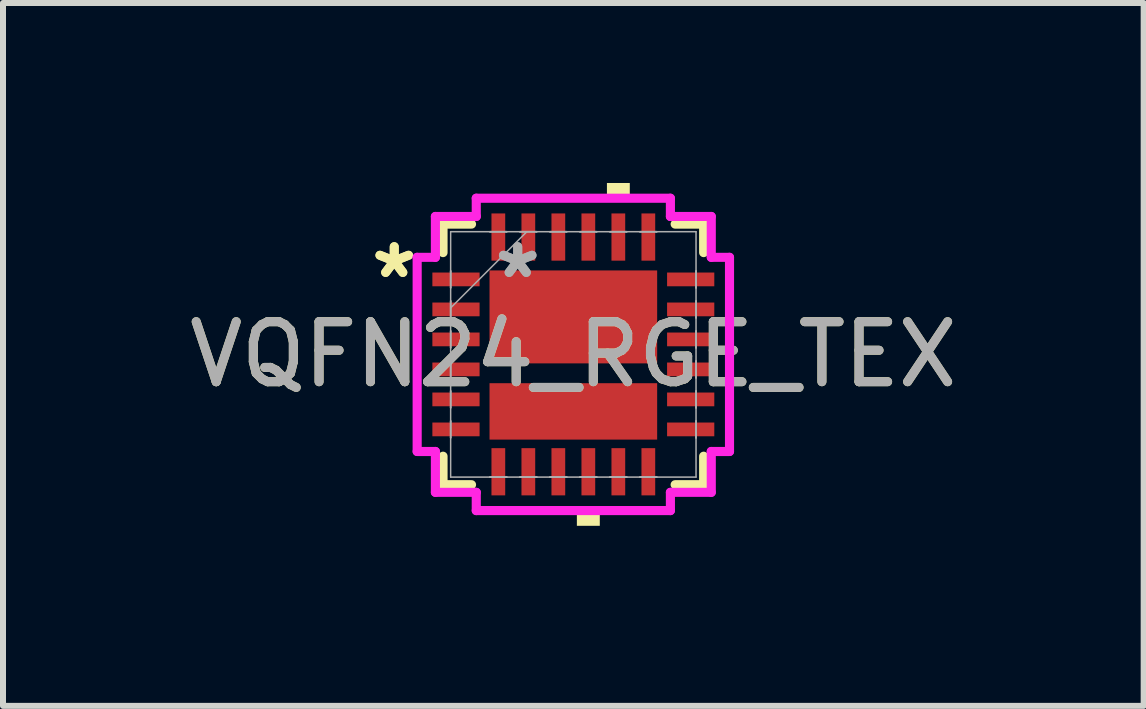
<source format=kicad_pcb>
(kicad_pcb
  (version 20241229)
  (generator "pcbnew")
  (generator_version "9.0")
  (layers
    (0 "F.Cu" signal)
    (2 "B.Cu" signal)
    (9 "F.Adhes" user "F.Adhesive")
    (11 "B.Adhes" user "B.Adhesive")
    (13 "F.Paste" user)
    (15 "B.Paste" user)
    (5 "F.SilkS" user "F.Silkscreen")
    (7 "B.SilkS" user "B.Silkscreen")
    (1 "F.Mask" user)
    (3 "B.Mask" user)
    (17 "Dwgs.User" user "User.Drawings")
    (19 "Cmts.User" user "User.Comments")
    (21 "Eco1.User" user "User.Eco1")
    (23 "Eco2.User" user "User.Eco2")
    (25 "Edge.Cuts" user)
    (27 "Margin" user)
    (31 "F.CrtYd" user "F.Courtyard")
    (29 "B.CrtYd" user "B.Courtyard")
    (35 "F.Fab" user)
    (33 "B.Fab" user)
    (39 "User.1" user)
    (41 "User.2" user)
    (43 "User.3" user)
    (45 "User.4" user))
  (footprint "VQFN24_RGE_TEX"
    (layer "F.Cu")
    (at 6.506 2.857)
    (property "Reference" "VQFN24_RGE_TEX" (at 0 0 0) (unlocked yes) (layer "F.SilkS") (effects (font (size 1 1) (thickness 0.15))))
    (attr smd)
    (fp_line (start -2.172 -2.172) (end -2.172 -1.697) (stroke (width 0.152) (type solid)) (layer "F.SilkS"))
    (fp_line (start -2.172 1.697) (end -2.172 2.172) (stroke (width 0.152) (type solid)) (layer "F.SilkS"))
    (fp_line (start -2.172 2.172) (end -1.697 2.172) (stroke (width 0.152) (type solid)) (layer "F.SilkS"))
    (fp_line (start -1.697 -2.172) (end -2.172 -2.172) (stroke (width 0.152) (type solid)) (layer "F.SilkS"))
    (fp_line (start 1.697 2.172) (end 2.172 2.172) (stroke (width 0.152) (type solid)) (layer "F.SilkS"))
    (fp_line (start 2.172 -2.172) (end 1.697 -2.172) (stroke (width 0.152) (type solid)) (layer "F.SilkS"))
    (fp_line (start 2.172 -1.697) (end 2.172 -2.172) (stroke (width 0.152) (type solid)) (layer "F.SilkS"))
    (fp_line (start 2.172 2.172) (end 2.172 1.697) (stroke (width 0.152) (type solid)) (layer "F.SilkS"))
    (fp_poly (pts (xy 0.059 2.603) (xy 0.059 2.857) (xy 0.441 2.857) (xy 0.441 2.603)) (stroke (width 0) (type solid)) (fill yes) (layer "F.SilkS"))
    (fp_poly (pts (xy 0.56 -2.603) (xy 0.56 -2.857) (xy 0.941 -2.857) (xy 0.941 -2.603)) (stroke (width 0) (type solid)) (fill yes) (layer "F.SilkS"))
    (fp_line (start -2.603 -1.618) (end -2.299 -1.618) (stroke (width 0.152) (type solid)) (layer "F.CrtYd"))
    (fp_line (start -2.603 1.618) (end -2.603 -1.618) (stroke (width 0.152) (type solid)) (layer "F.CrtYd"))
    (fp_line (start -2.299 -2.299) (end -1.618 -2.299) (stroke (width 0.152) (type solid)) (layer "F.CrtYd"))
    (fp_line (start -2.299 -1.618) (end -2.299 -2.299) (stroke (width 0.152) (type solid)) (layer "F.CrtYd"))
    (fp_line (start -2.299 1.618) (end -2.603 1.618) (stroke (width 0.152) (type solid)) (layer "F.CrtYd"))
    (fp_line (start -2.299 2.299) (end -2.299 1.618) (stroke (width 0.152) (type solid)) (layer "F.CrtYd"))
    (fp_line (start -1.618 -2.603) (end 1.618 -2.603) (stroke (width 0.152) (type solid)) (layer "F.CrtYd"))
    (fp_line (start -1.618 -2.299) (end -1.618 -2.603) (stroke (width 0.152) (type solid)) (layer "F.CrtYd"))
    (fp_line (start -1.618 2.299) (end -2.299 2.299) (stroke (width 0.152) (type solid)) (layer "F.CrtYd"))
    (fp_line (start -1.618 2.603) (end -1.618 2.299) (stroke (width 0.152) (type solid)) (layer "F.CrtYd"))
    (fp_line (start 1.618 -2.603) (end 1.618 -2.299) (stroke (width 0.152) (type solid)) (layer "F.CrtYd"))
    (fp_line (start 1.618 -2.299) (end 2.299 -2.299) (stroke (width 0.152) (type solid)) (layer "F.CrtYd"))
    (fp_line (start 1.618 2.299) (end 1.618 2.603) (stroke (width 0.152) (type solid)) (layer "F.CrtYd"))
    (fp_line (start 1.618 2.603) (end -1.618 2.603) (stroke (width 0.152) (type solid)) (layer "F.CrtYd"))
    (fp_line (start 2.299 -2.299) (end 2.299 -1.618) (stroke (width 0.152) (type solid)) (layer "F.CrtYd"))
    (fp_line (start 2.299 -1.618) (end 2.603 -1.618) (stroke (width 0.152) (type solid)) (layer "F.CrtYd"))
    (fp_line (start 2.299 1.618) (end 2.299 2.299) (stroke (width 0.152) (type solid)) (layer "F.CrtYd"))
    (fp_line (start 2.299 2.299) (end 1.618 2.299) (stroke (width 0.152) (type solid)) (layer "F.CrtYd"))
    (fp_line (start 2.603 -1.618) (end 2.603 1.618) (stroke (width 0.152) (type solid)) (layer "F.CrtYd"))
    (fp_line (start 2.603 1.618) (end 2.299 1.618) (stroke (width 0.152) (type solid)) (layer "F.CrtYd"))
    (fp_line (start -2.045 -2.045) (end -2.045 2.045) (stroke (width 0.025) (type solid)) (layer "F.Fab"))
    (fp_line (start -2.045 -1.39) (end -2.045 -1.39) (stroke (width 0.025) (type solid)) (layer "F.Fab"))
    (fp_line (start -2.045 -1.39) (end -2.045 -1.11) (stroke (width 0.025) (type solid)) (layer "F.Fab"))
    (fp_line (start -2.045 -1.11) (end -2.045 -1.39) (stroke (width 0.025) (type solid)) (layer "F.Fab"))
    (fp_line (start -2.045 -1.11) (end -2.045 -1.11) (stroke (width 0.025) (type solid)) (layer "F.Fab"))
    (fp_line (start -2.045 -0.89) (end -2.045 -0.89) (stroke (width 0.025) (type solid)) (layer "F.Fab"))
    (fp_line (start -2.045 -0.89) (end -2.045 -0.61) (stroke (width 0.025) (type solid)) (layer "F.Fab"))
    (fp_line (start -2.045 -0.775) (end -0.775 -2.045) (stroke (width 0.025) (type solid)) (layer "F.Fab"))
    (fp_line (start -2.045 -0.61) (end -2.045 -0.89) (stroke (width 0.025) (type solid)) (layer "F.Fab"))
    (fp_line (start -2.045 -0.61) (end -2.045 -0.61) (stroke (width 0.025) (type solid)) (layer "F.Fab"))
    (fp_line (start -2.045 -0.39) (end -2.045 -0.39) (stroke (width 0.025) (type solid)) (layer "F.Fab"))
    (fp_line (start -2.045 -0.39) (end -2.045 -0.11) (stroke (width 0.025) (type solid)) (layer "F.Fab"))
    (fp_line (start -2.045 -0.11) (end -2.045 -0.39) (stroke (width 0.025) (type solid)) (layer "F.Fab"))
    (fp_line (start -2.045 -0.11) (end -2.045 -0.11) (stroke (width 0.025) (type solid)) (layer "F.Fab"))
    (fp_line (start -2.045 0.11) (end -2.045 0.11) (stroke (width 0.025) (type solid)) (layer "F.Fab"))
    (fp_line (start -2.045 0.11) (end -2.045 0.39) (stroke (width 0.025) (type solid)) (layer "F.Fab"))
    (fp_line (start -2.045 0.39) (end -2.045 0.11) (stroke (width 0.025) (type solid)) (layer "F.Fab"))
    (fp_line (start -2.045 0.39) (end -2.045 0.39) (stroke (width 0.025) (type solid)) (layer "F.Fab"))
    (fp_line (start -2.045 0.61) (end -2.045 0.61) (stroke (width 0.025) (type solid)) (layer "F.Fab"))
    (fp_line (start -2.045 0.61) (end -2.045 0.89) (stroke (width 0.025) (type solid)) (layer "F.Fab"))
    (fp_line (start -2.045 0.89) (end -2.045 0.61) (stroke (width 0.025) (type solid)) (layer "F.Fab"))
    (fp_line (start -2.045 0.89) (end -2.045 0.89) (stroke (width 0.025) (type solid)) (layer "F.Fab"))
    (fp_line (start -2.045 1.11) (end -2.045 1.11) (stroke (width 0.025) (type solid)) (layer "F.Fab"))
    (fp_line (start -2.045 1.11) (end -2.045 1.39) (stroke (width 0.025) (type solid)) (layer "F.Fab"))
    (fp_line (start -2.045 1.39) (end -2.045 1.11) (stroke (width 0.025) (type solid)) (layer "F.Fab"))
    (fp_line (start -2.045 1.39) (end -2.045 1.39) (stroke (width 0.025) (type solid)) (layer "F.Fab"))
    (fp_line (start -2.045 2.045) (end 2.045 2.045) (stroke (width 0.025) (type solid)) (layer "F.Fab"))
    (fp_line (start -1.39 -2.045) (end -1.39 -2.045) (stroke (width 0.025) (type solid)) (layer "F.Fab"))
    (fp_line (start -1.39 -2.045) (end -1.11 -2.045) (stroke (width 0.025) (type solid)) (layer "F.Fab"))
    (fp_line (start -1.39 2.045) (end -1.39 2.045) (stroke (width 0.025) (type solid)) (layer "F.Fab"))
    (fp_line (start -1.39 2.045) (end -1.11 2.045) (stroke (width 0.025) (type solid)) (layer "F.Fab"))
    (fp_line (start -1.11 -2.045) (end -1.39 -2.045) (stroke (width 0.025) (type solid)) (layer "F.Fab"))
    (fp_line (start -1.11 -2.045) (end -1.11 -2.045) (stroke (width 0.025) (type solid)) (layer "F.Fab"))
    (fp_line (start -1.11 2.045) (end -1.39 2.045) (stroke (width 0.025) (type solid)) (layer "F.Fab"))
    (fp_line (start -1.11 2.045) (end -1.11 2.045) (stroke (width 0.025) (type solid)) (layer "F.Fab"))
    (fp_line (start -0.89 -2.045) (end -0.89 -2.045) (stroke (width 0.025) (type solid)) (layer "F.Fab"))
    (fp_line (start -0.89 -2.045) (end -0.61 -2.045) (stroke (width 0.025) (type solid)) (layer "F.Fab"))
    (fp_line (start -0.89 2.045) (end -0.89 2.045) (stroke (width 0.025) (type solid)) (layer "F.Fab"))
    (fp_line (start -0.89 2.045) (end -0.61 2.045) (stroke (width 0.025) (type solid)) (layer "F.Fab"))
    (fp_line (start -0.61 -2.045) (end -0.89 -2.045) (stroke (width 0.025) (type solid)) (layer "F.Fab"))
    (fp_line (start -0.61 -2.045) (end -0.61 -2.045) (stroke (width 0.025) (type solid)) (layer "F.Fab"))
    (fp_line (start -0.61 2.045) (end -0.89 2.045) (stroke (width 0.025) (type solid)) (layer "F.Fab"))
    (fp_line (start -0.61 2.045) (end -0.61 2.045) (stroke (width 0.025) (type solid)) (layer "F.Fab"))
    (fp_line (start -0.39 -2.045) (end -0.39 -2.045) (stroke (width 0.025) (type solid)) (layer "F.Fab"))
    (fp_line (start -0.39 -2.045) (end -0.11 -2.045) (stroke (width 0.025) (type solid)) (layer "F.Fab"))
    (fp_line (start -0.39 2.045) (end -0.39 2.045) (stroke (width 0.025) (type solid)) (layer "F.Fab"))
    (fp_line (start -0.39 2.045) (end -0.11 2.045) (stroke (width 0.025) (type solid)) (layer "F.Fab"))
    (fp_line (start -0.11 -2.045) (end -0.39 -2.045) (stroke (width 0.025) (type solid)) (layer "F.Fab"))
    (fp_line (start -0.11 -2.045) (end -0.11 -2.045) (stroke (width 0.025) (type solid)) (layer "F.Fab"))
    (fp_line (start -0.11 2.045) (end -0.39 2.045) (stroke (width 0.025) (type solid)) (layer "F.Fab"))
    (fp_line (start -0.11 2.045) (end -0.11 2.045) (stroke (width 0.025) (type solid)) (layer "F.Fab"))
    (fp_line (start 0.11 -2.045) (end 0.11 -2.045) (stroke (width 0.025) (type solid)) (layer "F.Fab"))
    (fp_line (start 0.11 -2.045) (end 0.39 -2.045) (stroke (width 0.025) (type solid)) (layer "F.Fab"))
    (fp_line (start 0.11 2.045) (end 0.11 2.045) (stroke (width 0.025) (type solid)) (layer "F.Fab"))
    (fp_line (start 0.11 2.045) (end 0.39 2.045) (stroke (width 0.025) (type solid)) (layer "F.Fab"))
    (fp_line (start 0.39 -2.045) (end 0.11 -2.045) (stroke (width 0.025) (type solid)) (layer "F.Fab"))
    (fp_line (start 0.39 -2.045) (end 0.39 -2.045) (stroke (width 0.025) (type solid)) (layer "F.Fab"))
    (fp_line (start 0.39 2.045) (end 0.11 2.045) (stroke (width 0.025) (type solid)) (layer "F.Fab"))
    (fp_line (start 0.39 2.045) (end 0.39 2.045) (stroke (width 0.025) (type solid)) (layer "F.Fab"))
    (fp_line (start 0.61 -2.045) (end 0.61 -2.045) (stroke (width 0.025) (type solid)) (layer "F.Fab"))
    (fp_line (start 0.61 -2.045) (end 0.89 -2.045) (stroke (width 0.025) (type solid)) (layer "F.Fab"))
    (fp_line (start 0.61 2.045) (end 0.61 2.045) (stroke (width 0.025) (type solid)) (layer "F.Fab"))
    (fp_line (start 0.61 2.045) (end 0.89 2.045) (stroke (width 0.025) (type solid)) (layer "F.Fab"))
    (fp_line (start 0.89 -2.045) (end 0.61 -2.045) (stroke (width 0.025) (type solid)) (layer "F.Fab"))
    (fp_line (start 0.89 -2.045) (end 0.89 -2.045) (stroke (width 0.025) (type solid)) (layer "F.Fab"))
    (fp_line (start 0.89 2.045) (end 0.61 2.045) (stroke (width 0.025) (type solid)) (layer "F.Fab"))
    (fp_line (start 0.89 2.045) (end 0.89 2.045) (stroke (width 0.025) (type solid)) (layer "F.Fab"))
    (fp_line (start 1.11 -2.045) (end 1.11 -2.045) (stroke (width 0.025) (type solid)) (layer "F.Fab"))
    (fp_line (start 1.11 -2.045) (end 1.39 -2.045) (stroke (width 0.025) (type solid)) (layer "F.Fab"))
    (fp_line (start 1.11 2.045) (end 1.11 2.045) (stroke (width 0.025) (type solid)) (layer "F.Fab"))
    (fp_line (start 1.11 2.045) (end 1.39 2.045) (stroke (width 0.025) (type solid)) (layer "F.Fab"))
    (fp_line (start 1.39 -2.045) (end 1.11 -2.045) (stroke (width 0.025) (type solid)) (layer "F.Fab"))
    (fp_line (start 1.39 -2.045) (end 1.39 -2.045) (stroke (width 0.025) (type solid)) (layer "F.Fab"))
    (fp_line (start 1.39 2.045) (end 1.11 2.045) (stroke (width 0.025) (type solid)) (layer "F.Fab"))
    (fp_line (start 1.39 2.045) (end 1.39 2.045) (stroke (width 0.025) (type solid)) (layer "F.Fab"))
    (fp_line (start 2.045 -2.045) (end -2.045 -2.045) (stroke (width 0.025) (type solid)) (layer "F.Fab"))
    (fp_line (start 2.045 -1.39) (end 2.045 -1.39) (stroke (width 0.025) (type solid)) (layer "F.Fab"))
    (fp_line (start 2.045 -1.39) (end 2.045 -1.11) (stroke (width 0.025) (type solid)) (layer "F.Fab"))
    (fp_line (start 2.045 -1.11) (end 2.045 -1.39) (stroke (width 0.025) (type solid)) (layer "F.Fab"))
    (fp_line (start 2.045 -1.11) (end 2.045 -1.11) (stroke (width 0.025) (type solid)) (layer "F.Fab"))
    (fp_line (start 2.045 -0.89) (end 2.045 -0.89) (stroke (width 0.025) (type solid)) (layer "F.Fab"))
    (fp_line (start 2.045 -0.89) (end 2.045 -0.61) (stroke (width 0.025) (type solid)) (layer "F.Fab"))
    (fp_line (start 2.045 -0.61) (end 2.045 -0.89) (stroke (width 0.025) (type solid)) (layer "F.Fab"))
    (fp_line (start 2.045 -0.61) (end 2.045 -0.61) (stroke (width 0.025) (type solid)) (layer "F.Fab"))
    (fp_line (start 2.045 -0.39) (end 2.045 -0.39) (stroke (width 0.025) (type solid)) (layer "F.Fab"))
    (fp_line (start 2.045 -0.39) (end 2.045 -0.11) (stroke (width 0.025) (type solid)) (layer "F.Fab"))
    (fp_line (start 2.045 -0.11) (end 2.045 -0.39) (stroke (width 0.025) (type solid)) (layer "F.Fab"))
    (fp_line (start 2.045 -0.11) (end 2.045 -0.11) (stroke (width 0.025) (type solid)) (layer "F.Fab"))
    (fp_line (start 2.045 0.11) (end 2.045 0.11) (stroke (width 0.025) (type solid)) (layer "F.Fab"))
    (fp_line (start 2.045 0.11) (end 2.045 0.39) (stroke (width 0.025) (type solid)) (layer "F.Fab"))
    (fp_line (start 2.045 0.39) (end 2.045 0.11) (stroke (width 0.025) (type solid)) (layer "F.Fab"))
    (fp_line (start 2.045 0.39) (end 2.045 0.39) (stroke (width 0.025) (type solid)) (layer "F.Fab"))
    (fp_line (start 2.045 0.61) (end 2.045 0.61) (stroke (width 0.025) (type solid)) (layer "F.Fab"))
    (fp_line (start 2.045 0.61) (end 2.045 0.89) (stroke (width 0.025) (type solid)) (layer "F.Fab"))
    (fp_line (start 2.045 0.89) (end 2.045 0.61) (stroke (width 0.025) (type solid)) (layer "F.Fab"))
    (fp_line (start 2.045 0.89) (end 2.045 0.89) (stroke (width 0.025) (type solid)) (layer "F.Fab"))
    (fp_line (start 2.045 1.11) (end 2.045 1.11) (stroke (width 0.025) (type solid)) (layer "F.Fab"))
    (fp_line (start 2.045 1.11) (end 2.045 1.39) (stroke (width 0.025) (type solid)) (layer "F.Fab"))
    (fp_line (start 2.045 1.39) (end 2.045 1.11) (stroke (width 0.025) (type solid)) (layer "F.Fab"))
    (fp_line (start 2.045 1.39) (end 2.045 1.39) (stroke (width 0.025) (type solid)) (layer "F.Fab"))
    (fp_line (start 2.045 2.045) (end 2.045 -2.045) (stroke (width 0.025) (type solid)) (layer "F.Fab"))
    (fp_text user "*" (at -2.985 -1.25 0) (unlocked yes) (layer "F.SilkS") (effects (font (size 1 1) (thickness 0.15))))
    (fp_text user "*" (at -2.985 -1.25 0) (layer "F.SilkS") (effects (font (size 1 1) (thickness 0.15))))
    (fp_text user "*" (at -0.927 -1.25 0) (layer "F.Fab") (effects (font (size 1 1) (thickness 0.15))))
    (fp_text user "*" (at -0.927 -1.25 0) (unlocked yes) (layer "F.Fab") (effects (font (size 1 1) (thickness 0.15))))
    (fp_text user "${REFERENCE}" (at 0 0 0) (unlocked yes) (layer "F.Fab") (effects (font (size 1 1) (thickness 0.15))))
    (pad "1" smd rect (at -1.956 -1.25 90) (size 0.229 0.787) (layers "F.Cu" "F.Mask" "F.Paste"))
    (pad "2" smd rect (at -1.956 -0.75 90) (size 0.229 0.787) (layers "F.Cu" "F.Mask" "F.Paste"))
    (pad "3" smd rect (at -1.956 -0.25 90) (size 0.229 0.787) (layers "F.Cu" "F.Mask" "F.Paste"))
    (pad "4" smd rect (at -1.956 0.25 90) (size 0.229 0.787) (layers "F.Cu" "F.Mask" "F.Paste"))
    (pad "5" smd rect (at -1.956 0.75 90) (size 0.229 0.787) (layers "F.Cu" "F.Mask" "F.Paste"))
    (pad "6" smd rect (at -1.956 1.25 90) (size 0.229 0.787) (layers "F.Cu" "F.Mask" "F.Paste"))
    (pad "7" smd rect (at -1.25 1.956) (size 0.229 0.787) (layers "F.Cu" "F.Mask" "F.Paste"))
    (pad "8" smd rect (at -0.75 1.956) (size 0.229 0.787) (layers "F.Cu" "F.Mask" "F.Paste"))
    (pad "9" smd rect (at -0.25 1.956) (size 0.229 0.787) (layers "F.Cu" "F.Mask" "F.Paste"))
    (pad "10" smd rect (at 0.25 1.956) (size 0.229 0.787) (layers "F.Cu" "F.Mask" "F.Paste"))
    (pad "11" smd rect (at 0.75 1.956) (size 0.229 0.787) (layers "F.Cu" "F.Mask" "F.Paste"))
    (pad "12" smd rect (at 1.25 1.956) (size 0.229 0.787) (layers "F.Cu" "F.Mask" "F.Paste"))
    (pad "13" smd rect (at 1.956 1.25 90) (size 0.229 0.787) (layers "F.Cu" "F.Mask" "F.Paste"))
    (pad "14" smd rect (at 1.956 0.75 90) (size 0.229 0.787) (layers "F.Cu" "F.Mask" "F.Paste"))
    (pad "15" smd rect (at 1.956 0.25 90) (size 0.229 0.787) (layers "F.Cu" "F.Mask" "F.Paste"))
    (pad "16" smd rect (at 1.956 -0.25 90) (size 0.229 0.787) (layers "F.Cu" "F.Mask" "F.Paste"))
    (pad "17" smd rect (at 1.956 -0.75 90) (size 0.229 0.787) (layers "F.Cu" "F.Mask" "F.Paste"))
    (pad "18" smd rect (at 1.956 -1.25 90) (size 0.229 0.787) (layers "F.Cu" "F.Mask" "F.Paste"))
    (pad "19" smd rect (at 1.25 -1.956) (size 0.229 0.787) (layers "F.Cu" "F.Mask" "F.Paste"))
    (pad "20" smd rect (at 0.75 -1.956) (size 0.229 0.787) (layers "F.Cu" "F.Mask" "F.Paste"))
    (pad "21" smd rect (at 0.25 -1.956) (size 0.229 0.787) (layers "F.Cu" "F.Mask" "F.Paste"))
    (pad "22" smd rect (at -0.25 -1.956) (size 0.229 0.787) (layers "F.Cu" "F.Mask" "F.Paste"))
    (pad "23" smd rect (at -0.75 -1.956) (size 0.229 0.787) (layers "F.Cu" "F.Mask" "F.Paste"))
    (pad "24" smd rect (at -1.25 -1.956) (size 0.229 0.787) (layers "F.Cu" "F.Mask" "F.Paste"))
    (pad "25" smd rect (at 0 -0.625) (size 2.794 1.549) (layers "F.Cu" "F.Mask" "F.Paste"))
    (pad "26" smd rect (at 0 0.95) (size 2.794 0.94) (layers "F.Cu" "F.Mask" "F.Paste")))
  (gr_rect
    (start -3 -3)
    (end 16.012 8.715)
    (stroke (width 0.1) (type default))
    (fill no)
    (layer "Edge.Cuts")))
</source>
